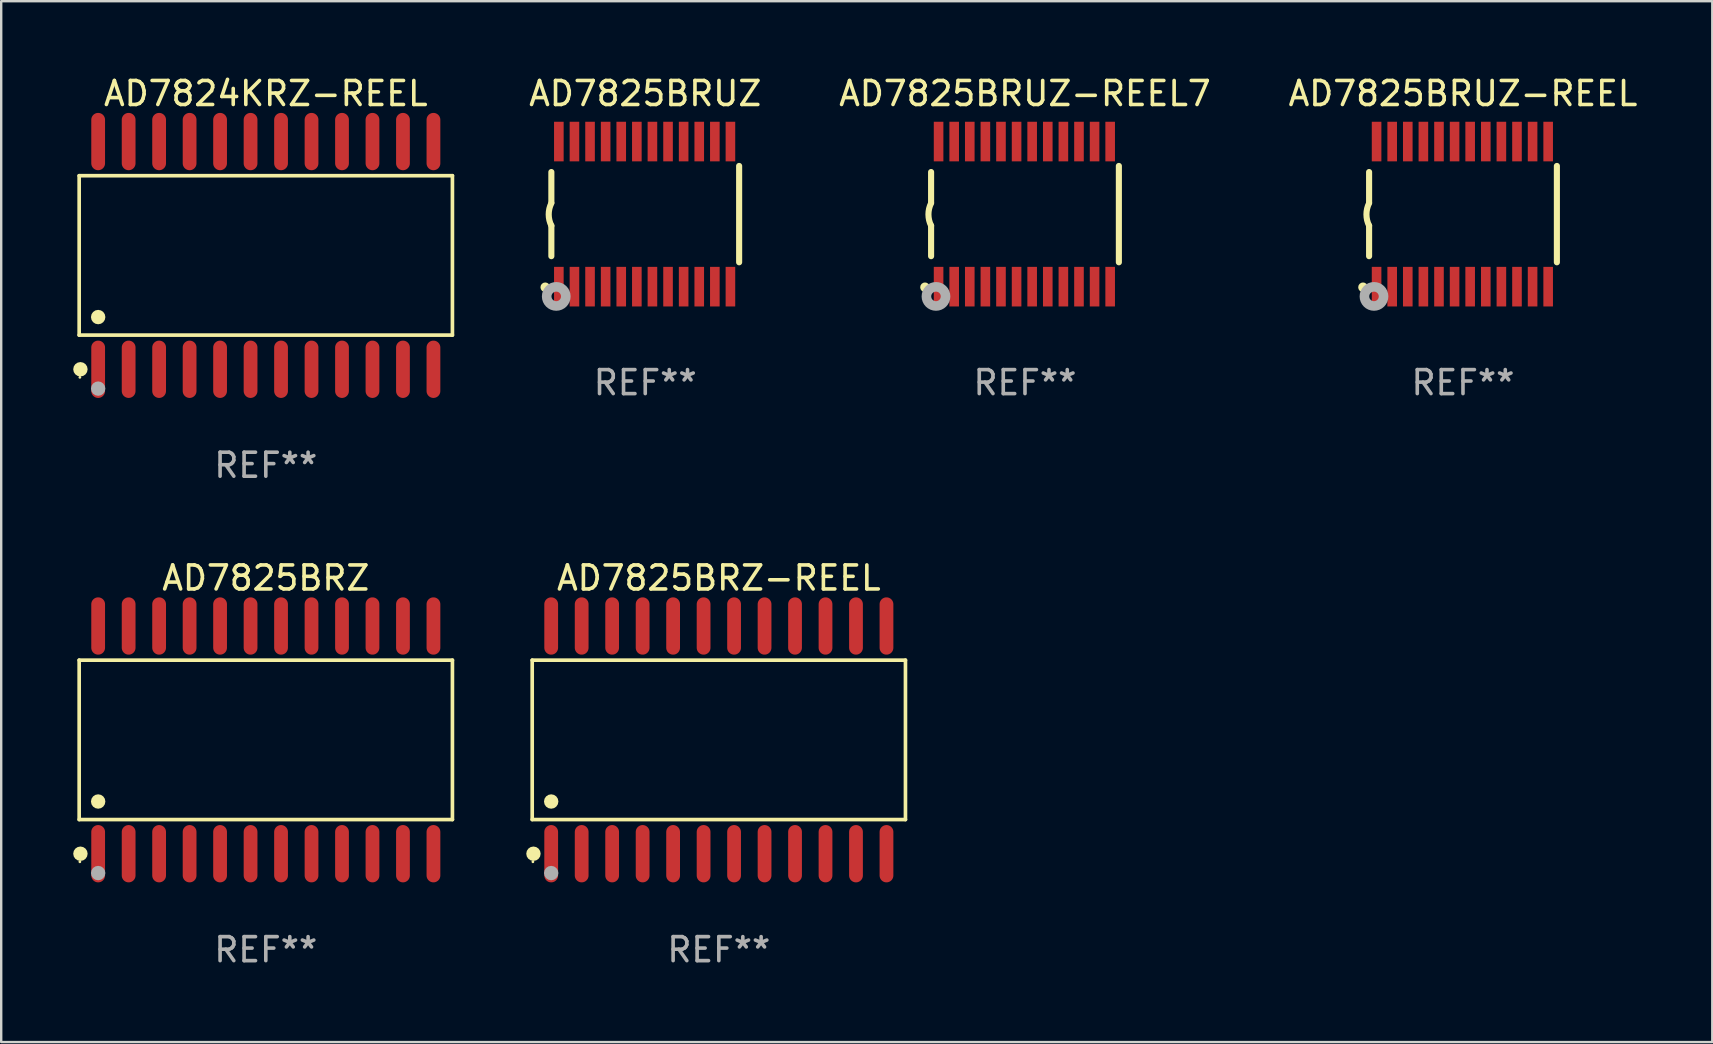
<source format=kicad_pcb>
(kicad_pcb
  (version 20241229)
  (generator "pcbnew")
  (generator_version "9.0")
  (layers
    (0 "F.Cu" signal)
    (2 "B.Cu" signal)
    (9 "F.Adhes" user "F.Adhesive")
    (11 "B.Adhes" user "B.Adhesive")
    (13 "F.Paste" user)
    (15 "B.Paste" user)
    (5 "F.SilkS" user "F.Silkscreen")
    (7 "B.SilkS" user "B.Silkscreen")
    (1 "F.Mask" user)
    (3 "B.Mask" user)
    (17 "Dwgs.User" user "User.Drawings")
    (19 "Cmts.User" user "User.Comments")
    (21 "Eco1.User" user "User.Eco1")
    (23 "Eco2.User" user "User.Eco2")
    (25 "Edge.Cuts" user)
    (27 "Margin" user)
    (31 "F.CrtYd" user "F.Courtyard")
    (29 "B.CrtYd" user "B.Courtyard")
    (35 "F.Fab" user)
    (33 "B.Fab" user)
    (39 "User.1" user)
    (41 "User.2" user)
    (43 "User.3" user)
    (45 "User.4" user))
  (footprint "AD7825BRZ-REEL"
    (layer "F.Cu")
    (at 26.901 27.777)
    (property "Reference" "AD7825BRZ-REEL" (at 0 -6.744 0) (layer "F.SilkS") (effects (font (size 1 1) (thickness 0.15))))
    (attr through_hole)
    (fp_line (start -7.776 -3.321) (end 7.776 -3.321) (stroke (width 0.152) (type solid)) (layer "F.SilkS"))
    (fp_line (start -7.776 3.321) (end -7.776 -3.321) (stroke (width 0.152) (type solid)) (layer "F.SilkS"))
    (fp_line (start 7.776 -3.321) (end 7.776 3.321) (stroke (width 0.152) (type solid)) (layer "F.SilkS"))
    (fp_line (start 7.776 3.321) (end -7.776 3.321) (stroke (width 0.152) (type solid)) (layer "F.SilkS"))
    (fp_circle (center -7.747 5.08) (end -7.717 5.08) (stroke (width 0.06) (type solid)) (fill no) (layer "F.SilkS"))
    (fp_circle (center -7.724 4.744) (end -7.574 4.744) (stroke (width 0.3) (type solid)) (fill no) (layer "F.SilkS"))
    (fp_circle (center -6.985 2.569) (end -6.835 2.569) (stroke (width 0.3) (type solid)) (fill no) (layer "F.SilkS"))
    (fp_circle (center -6.985 5.55) (end -6.835 5.55) (stroke (width 0.3) (type solid)) (fill no) (layer "F.Fab"))
    (fp_text user "REF**" (at 0 8.744 0) (layer "F.Fab") (effects (font (size 1 1) (thickness 0.15))))
    (pad "1" smd oval (at -6.985 4.744) (size 0.574 2.388) (layers "F.Cu" "F.Mask" "F.Paste"))
    (pad "2" smd oval (at -5.715 4.744) (size 0.574 2.388) (layers "F.Cu" "F.Mask" "F.Paste"))
    (pad "3" smd oval (at -4.445 4.744) (size 0.574 2.388) (layers "F.Cu" "F.Mask" "F.Paste"))
    (pad "4" smd oval (at -3.175 4.744) (size 0.574 2.388) (layers "F.Cu" "F.Mask" "F.Paste"))
    (pad "5" smd oval (at -1.905 4.744) (size 0.574 2.388) (layers "F.Cu" "F.Mask" "F.Paste"))
    (pad "6" smd oval (at -0.635 4.744) (size 0.574 2.388) (layers "F.Cu" "F.Mask" "F.Paste"))
    (pad "7" smd oval (at 0.635 4.744) (size 0.574 2.388) (layers "F.Cu" "F.Mask" "F.Paste"))
    (pad "8" smd oval (at 1.905 4.744) (size 0.574 2.388) (layers "F.Cu" "F.Mask" "F.Paste"))
    (pad "9" smd oval (at 3.175 4.744) (size 0.574 2.388) (layers "F.Cu" "F.Mask" "F.Paste"))
    (pad "10" smd oval (at 4.445 4.744) (size 0.574 2.388) (layers "F.Cu" "F.Mask" "F.Paste"))
    (pad "11" smd oval (at 5.715 4.744) (size 0.574 2.388) (layers "F.Cu" "F.Mask" "F.Paste"))
    (pad "12" smd oval (at 6.985 4.744) (size 0.574 2.388) (layers "F.Cu" "F.Mask" "F.Paste"))
    (pad "13" smd oval (at 6.985 -4.744) (size 0.574 2.388) (layers "F.Cu" "F.Mask" "F.Paste"))
    (pad "14" smd oval (at 5.715 -4.744) (size 0.574 2.388) (layers "F.Cu" "F.Mask" "F.Paste"))
    (pad "15" smd oval (at 4.445 -4.744) (size 0.574 2.388) (layers "F.Cu" "F.Mask" "F.Paste"))
    (pad "16" smd oval (at 3.175 -4.744) (size 0.574 2.388) (layers "F.Cu" "F.Mask" "F.Paste"))
    (pad "17" smd oval (at 1.905 -4.744) (size 0.574 2.388) (layers "F.Cu" "F.Mask" "F.Paste"))
    (pad "18" smd oval (at 0.635 -4.744) (size 0.574 2.388) (layers "F.Cu" "F.Mask" "F.Paste"))
    (pad "19" smd oval (at -0.635 -4.744) (size 0.574 2.388) (layers "F.Cu" "F.Mask" "F.Paste"))
    (pad "20" smd oval (at -1.905 -4.744) (size 0.574 2.388) (layers "F.Cu" "F.Mask" "F.Paste"))
    (pad "21" smd oval (at -3.175 -4.744) (size 0.574 2.388) (layers "F.Cu" "F.Mask" "F.Paste"))
    (pad "22" smd oval (at -4.445 -4.744) (size 0.574 2.388) (layers "F.Cu" "F.Mask" "F.Paste"))
    (pad "23" smd oval (at -5.715 -4.744) (size 0.574 2.388) (layers "F.Cu" "F.Mask" "F.Paste"))
    (pad "24" smd oval (at -6.985 -4.744) (size 0.574 2.388) (layers "F.Cu" "F.Mask" "F.Paste")))
  (footprint "AD7825BRZ"
    (layer "F.Cu")
    (at 8.025 27.777)
    (property "Reference" "AD7825BRZ" (at 0 -6.744 0) (layer "F.SilkS") (effects (font (size 1 1) (thickness 0.15))))
    (attr through_hole)
    (fp_line (start -7.776 -3.321) (end 7.776 -3.321) (stroke (width 0.152) (type solid)) (layer "F.SilkS"))
    (fp_line (start -7.776 3.321) (end -7.776 -3.321) (stroke (width 0.152) (type solid)) (layer "F.SilkS"))
    (fp_line (start 7.776 -3.321) (end 7.776 3.321) (stroke (width 0.152) (type solid)) (layer "F.SilkS"))
    (fp_line (start 7.776 3.321) (end -7.776 3.321) (stroke (width 0.152) (type solid)) (layer "F.SilkS"))
    (fp_circle (center -7.747 5.08) (end -7.717 5.08) (stroke (width 0.06) (type solid)) (fill no) (layer "F.SilkS"))
    (fp_circle (center -7.724 4.744) (end -7.574 4.744) (stroke (width 0.3) (type solid)) (fill no) (layer "F.SilkS"))
    (fp_circle (center -6.985 2.569) (end -6.835 2.569) (stroke (width 0.3) (type solid)) (fill no) (layer "F.SilkS"))
    (fp_circle (center -6.985 5.55) (end -6.835 5.55) (stroke (width 0.3) (type solid)) (fill no) (layer "F.Fab"))
    (fp_text user "REF**" (at 0 8.744 0) (layer "F.Fab") (effects (font (size 1 1) (thickness 0.15))))
    (pad "1" smd oval (at -6.985 4.744) (size 0.574 2.388) (layers "F.Cu" "F.Mask" "F.Paste"))
    (pad "2" smd oval (at -5.715 4.744) (size 0.574 2.388) (layers "F.Cu" "F.Mask" "F.Paste"))
    (pad "3" smd oval (at -4.445 4.744) (size 0.574 2.388) (layers "F.Cu" "F.Mask" "F.Paste"))
    (pad "4" smd oval (at -3.175 4.744) (size 0.574 2.388) (layers "F.Cu" "F.Mask" "F.Paste"))
    (pad "5" smd oval (at -1.905 4.744) (size 0.574 2.388) (layers "F.Cu" "F.Mask" "F.Paste"))
    (pad "6" smd oval (at -0.635 4.744) (size 0.574 2.388) (layers "F.Cu" "F.Mask" "F.Paste"))
    (pad "7" smd oval (at 0.635 4.744) (size 0.574 2.388) (layers "F.Cu" "F.Mask" "F.Paste"))
    (pad "8" smd oval (at 1.905 4.744) (size 0.574 2.388) (layers "F.Cu" "F.Mask" "F.Paste"))
    (pad "9" smd oval (at 3.175 4.744) (size 0.574 2.388) (layers "F.Cu" "F.Mask" "F.Paste"))
    (pad "10" smd oval (at 4.445 4.744) (size 0.574 2.388) (layers "F.Cu" "F.Mask" "F.Paste"))
    (pad "11" smd oval (at 5.715 4.744) (size 0.574 2.388) (layers "F.Cu" "F.Mask" "F.Paste"))
    (pad "12" smd oval (at 6.985 4.744) (size 0.574 2.388) (layers "F.Cu" "F.Mask" "F.Paste"))
    (pad "13" smd oval (at 6.985 -4.744) (size 0.574 2.388) (layers "F.Cu" "F.Mask" "F.Paste"))
    (pad "14" smd oval (at 5.715 -4.744) (size 0.574 2.388) (layers "F.Cu" "F.Mask" "F.Paste"))
    (pad "15" smd oval (at 4.445 -4.744) (size 0.574 2.388) (layers "F.Cu" "F.Mask" "F.Paste"))
    (pad "16" smd oval (at 3.175 -4.744) (size 0.574 2.388) (layers "F.Cu" "F.Mask" "F.Paste"))
    (pad "17" smd oval (at 1.905 -4.744) (size 0.574 2.388) (layers "F.Cu" "F.Mask" "F.Paste"))
    (pad "18" smd oval (at 0.635 -4.744) (size 0.574 2.388) (layers "F.Cu" "F.Mask" "F.Paste"))
    (pad "19" smd oval (at -0.635 -4.744) (size 0.574 2.388) (layers "F.Cu" "F.Mask" "F.Paste"))
    (pad "20" smd oval (at -1.905 -4.744) (size 0.574 2.388) (layers "F.Cu" "F.Mask" "F.Paste"))
    (pad "21" smd oval (at -3.175 -4.744) (size 0.574 2.388) (layers "F.Cu" "F.Mask" "F.Paste"))
    (pad "22" smd oval (at -4.445 -4.744) (size 0.574 2.388) (layers "F.Cu" "F.Mask" "F.Paste"))
    (pad "23" smd oval (at -5.715 -4.744) (size 0.574 2.388) (layers "F.Cu" "F.Mask" "F.Paste"))
    (pad "24" smd oval (at -6.985 -4.744) (size 0.574 2.388) (layers "F.Cu" "F.Mask" "F.Paste")))
  (footprint "AD7824KRZ-REEL"
    (layer "F.Cu")
    (at 8.025 7.592)
    (property "Reference" "AD7824KRZ-REEL" (at 0 -6.744 0) (layer "F.SilkS") (effects (font (size 1 1) (thickness 0.15))))
    (attr through_hole)
    (fp_line (start -7.776 -3.321) (end 7.776 -3.321) (stroke (width 0.152) (type solid)) (layer "F.SilkS"))
    (fp_line (start -7.776 3.321) (end -7.776 -3.321) (stroke (width 0.152) (type solid)) (layer "F.SilkS"))
    (fp_line (start 7.776 -3.321) (end 7.776 3.321) (stroke (width 0.152) (type solid)) (layer "F.SilkS"))
    (fp_line (start 7.776 3.321) (end -7.776 3.321) (stroke (width 0.152) (type solid)) (layer "F.SilkS"))
    (fp_circle (center -7.747 5.08) (end -7.717 5.08) (stroke (width 0.06) (type solid)) (fill no) (layer "F.SilkS"))
    (fp_circle (center -7.724 4.744) (end -7.574 4.744) (stroke (width 0.3) (type solid)) (fill no) (layer "F.SilkS"))
    (fp_circle (center -6.985 2.569) (end -6.835 2.569) (stroke (width 0.3) (type solid)) (fill no) (layer "F.SilkS"))
    (fp_circle (center -6.985 5.55) (end -6.835 5.55) (stroke (width 0.3) (type solid)) (fill no) (layer "F.Fab"))
    (fp_text user "REF**" (at 0 8.744 0) (layer "F.Fab") (effects (font (size 1 1) (thickness 0.15))))
    (pad "1" smd oval (at -6.985 4.744) (size 0.574 2.388) (layers "F.Cu" "F.Mask" "F.Paste"))
    (pad "2" smd oval (at -5.715 4.744) (size 0.574 2.388) (layers "F.Cu" "F.Mask" "F.Paste"))
    (pad "3" smd oval (at -4.445 4.744) (size 0.574 2.388) (layers "F.Cu" "F.Mask" "F.Paste"))
    (pad "4" smd oval (at -3.175 4.744) (size 0.574 2.388) (layers "F.Cu" "F.Mask" "F.Paste"))
    (pad "5" smd oval (at -1.905 4.744) (size 0.574 2.388) (layers "F.Cu" "F.Mask" "F.Paste"))
    (pad "6" smd oval (at -0.635 4.744) (size 0.574 2.388) (layers "F.Cu" "F.Mask" "F.Paste"))
    (pad "7" smd oval (at 0.635 4.744) (size 0.574 2.388) (layers "F.Cu" "F.Mask" "F.Paste"))
    (pad "8" smd oval (at 1.905 4.744) (size 0.574 2.388) (layers "F.Cu" "F.Mask" "F.Paste"))
    (pad "9" smd oval (at 3.175 4.744) (size 0.574 2.388) (layers "F.Cu" "F.Mask" "F.Paste"))
    (pad "10" smd oval (at 4.445 4.744) (size 0.574 2.388) (layers "F.Cu" "F.Mask" "F.Paste"))
    (pad "11" smd oval (at 5.715 4.744) (size 0.574 2.388) (layers "F.Cu" "F.Mask" "F.Paste"))
    (pad "12" smd oval (at 6.985 4.744) (size 0.574 2.388) (layers "F.Cu" "F.Mask" "F.Paste"))
    (pad "13" smd oval (at 6.985 -4.744) (size 0.574 2.388) (layers "F.Cu" "F.Mask" "F.Paste"))
    (pad "14" smd oval (at 5.715 -4.744) (size 0.574 2.388) (layers "F.Cu" "F.Mask" "F.Paste"))
    (pad "15" smd oval (at 4.445 -4.744) (size 0.574 2.388) (layers "F.Cu" "F.Mask" "F.Paste"))
    (pad "16" smd oval (at 3.175 -4.744) (size 0.574 2.388) (layers "F.Cu" "F.Mask" "F.Paste"))
    (pad "17" smd oval (at 1.905 -4.744) (size 0.574 2.388) (layers "F.Cu" "F.Mask" "F.Paste"))
    (pad "18" smd oval (at 0.635 -4.744) (size 0.574 2.388) (layers "F.Cu" "F.Mask" "F.Paste"))
    (pad "19" smd oval (at -0.635 -4.744) (size 0.574 2.388) (layers "F.Cu" "F.Mask" "F.Paste"))
    (pad "20" smd oval (at -1.905 -4.744) (size 0.574 2.388) (layers "F.Cu" "F.Mask" "F.Paste"))
    (pad "21" smd oval (at -3.175 -4.744) (size 0.574 2.388) (layers "F.Cu" "F.Mask" "F.Paste"))
    (pad "22" smd oval (at -4.445 -4.744) (size 0.574 2.388) (layers "F.Cu" "F.Mask" "F.Paste"))
    (pad "23" smd oval (at -5.715 -4.744) (size 0.574 2.388) (layers "F.Cu" "F.Mask" "F.Paste"))
    (pad "24" smd oval (at -6.985 -4.744) (size 0.574 2.388) (layers "F.Cu" "F.Mask" "F.Paste")))
  (footprint "AD7825BRUZ-REEL"
    (layer "F.Cu")
    (at 57.907 5.871)
    (property "Reference" "AD7825BRUZ-REEL" (at 0 -5.023 0) (layer "F.SilkS") (effects (font (size 1 1) (thickness 0.15))))
    (attr through_hole)
    (fp_line (start -3.912 -0.483) (end -3.912 -1.753) (stroke (width 0.254) (type solid)) (layer "F.SilkS"))
    (fp_line (start -3.912 1.753) (end -3.912 0.483) (stroke (width 0.254) (type solid)) (layer "F.SilkS"))
    (fp_line (start 3.912 -2.007) (end 3.912 2.007) (stroke (width 0.254) (type solid)) (layer "F.SilkS"))
    (fp_arc (start -3.911608 0.482601) (mid -4.022537 0.0127) (end -3.911608 -0.457201) (stroke (width 0.254001) (type solid)) (layer "F.SilkS"))
    (fp_circle (center -4.166 3.048) (end -4.066 3.048) (stroke (width 0.2) (type solid)) (fill no) (layer "F.SilkS"))
    (fp_circle (center -3.925 3.186) (end -3.895 3.186) (stroke (width 0.06) (type solid)) (fill no) (layer "F.SilkS"))
    (fp_circle (center -3.708 3.429) (end -3.509 3.429) (stroke (width 0.4) (type solid)) (fill no) (layer "F.Fab"))
    (fp_text user "REF**" (at 0 7.023 0) (layer "F.Fab") (effects (font (size 1 1) (thickness 0.15))))
    (pad "1" smd rect (at -3.6 3.023) (size 0.4 1.65) (layers "F.Cu" "F.Mask" "F.Paste"))
    (pad "2" smd rect (at -2.95 3.023) (size 0.4 1.65) (layers "F.Cu" "F.Mask" "F.Paste"))
    (pad "3" smd rect (at -2.3 3.023) (size 0.4 1.65) (layers "F.Cu" "F.Mask" "F.Paste"))
    (pad "4" smd rect (at -1.65 3.023) (size 0.4 1.65) (layers "F.Cu" "F.Mask" "F.Paste"))
    (pad "5" smd rect (at -1 3.023) (size 0.4 1.65) (layers "F.Cu" "F.Mask" "F.Paste"))
    (pad "6" smd rect (at -0.35 3.023) (size 0.4 1.65) (layers "F.Cu" "F.Mask" "F.Paste"))
    (pad "7" smd rect (at 0.299 3.023) (size 0.4 1.65) (layers "F.Cu" "F.Mask" "F.Paste"))
    (pad "8" smd rect (at 0.95 3.023) (size 0.4 1.65) (layers "F.Cu" "F.Mask" "F.Paste"))
    (pad "9" smd rect (at 1.6 3.023) (size 0.4 1.65) (layers "F.Cu" "F.Mask" "F.Paste"))
    (pad "10" smd rect (at 2.25 3.023) (size 0.4 1.65) (layers "F.Cu" "F.Mask" "F.Paste"))
    (pad "11" smd rect (at 2.9 3.023) (size 0.4 1.65) (layers "F.Cu" "F.Mask" "F.Paste"))
    (pad "12" smd rect (at 3.549 3.023) (size 0.4 1.65) (layers "F.Cu" "F.Mask" "F.Paste"))
    (pad "13" smd rect (at 3.549 -3.023) (size 0.4 1.65) (layers "F.Cu" "F.Mask" "F.Paste"))
    (pad "14" smd rect (at 2.9 -3.023) (size 0.4 1.65) (layers "F.Cu" "F.Mask" "F.Paste"))
    (pad "15" smd rect (at 2.25 -3.023) (size 0.4 1.65) (layers "F.Cu" "F.Mask" "F.Paste"))
    (pad "16" smd rect (at 1.6 -3.023) (size 0.4 1.65) (layers "F.Cu" "F.Mask" "F.Paste"))
    (pad "17" smd rect (at 0.95 -3.023) (size 0.4 1.65) (layers "F.Cu" "F.Mask" "F.Paste"))
    (pad "18" smd rect (at 0.299 -3.023) (size 0.4 1.65) (layers "F.Cu" "F.Mask" "F.Paste"))
    (pad "19" smd rect (at -0.35 -3.023) (size 0.4 1.65) (layers "F.Cu" "F.Mask" "F.Paste"))
    (pad "20" smd rect (at -1 -3.023) (size 0.4 1.65) (layers "F.Cu" "F.Mask" "F.Paste"))
    (pad "21" smd rect (at -1.65 -3.023) (size 0.4 1.65) (layers "F.Cu" "F.Mask" "F.Paste"))
    (pad "22" smd rect (at -2.3 -3.023) (size 0.4 1.65) (layers "F.Cu" "F.Mask" "F.Paste"))
    (pad "23" smd rect (at -2.95 -3.023) (size 0.4 1.65) (layers "F.Cu" "F.Mask" "F.Paste"))
    (pad "24" smd rect (at -3.6 -3.023) (size 0.4 1.65) (layers "F.Cu" "F.Mask" "F.Paste")))
  (footprint "AD7825BRUZ"
    (layer "F.Cu")
    (at 23.835 5.871)
    (property "Reference" "AD7825BRUZ" (at 0 -5.023 0) (layer "F.SilkS") (effects (font (size 1 1) (thickness 0.15))))
    (attr through_hole)
    (fp_line (start -3.912 -0.483) (end -3.912 -1.753) (stroke (width 0.254) (type solid)) (layer "F.SilkS"))
    (fp_line (start -3.912 1.753) (end -3.912 0.483) (stroke (width 0.254) (type solid)) (layer "F.SilkS"))
    (fp_line (start 3.912 -2.007) (end 3.912 2.007) (stroke (width 0.254) (type solid)) (layer "F.SilkS"))
    (fp_arc (start -3.911608 0.482601) (mid -4.022537 0.0127) (end -3.911608 -0.457201) (stroke (width 0.254001) (type solid)) (layer "F.SilkS"))
    (fp_circle (center -4.166 3.048) (end -4.066 3.048) (stroke (width 0.2) (type solid)) (fill no) (layer "F.SilkS"))
    (fp_circle (center -3.925 3.186) (end -3.895 3.186) (stroke (width 0.06) (type solid)) (fill no) (layer "F.SilkS"))
    (fp_circle (center -3.708 3.429) (end -3.509 3.429) (stroke (width 0.4) (type solid)) (fill no) (layer "F.Fab"))
    (fp_text user "REF**" (at 0 7.023 0) (layer "F.Fab") (effects (font (size 1 1) (thickness 0.15))))
    (pad "1" smd rect (at -3.6 3.023) (size 0.4 1.65) (layers "F.Cu" "F.Mask" "F.Paste"))
    (pad "2" smd rect (at -2.95 3.023) (size 0.4 1.65) (layers "F.Cu" "F.Mask" "F.Paste"))
    (pad "3" smd rect (at -2.3 3.023) (size 0.4 1.65) (layers "F.Cu" "F.Mask" "F.Paste"))
    (pad "4" smd rect (at -1.65 3.023) (size 0.4 1.65) (layers "F.Cu" "F.Mask" "F.Paste"))
    (pad "5" smd rect (at -1 3.023) (size 0.4 1.65) (layers "F.Cu" "F.Mask" "F.Paste"))
    (pad "6" smd rect (at -0.35 3.023) (size 0.4 1.65) (layers "F.Cu" "F.Mask" "F.Paste"))
    (pad "7" smd rect (at 0.299 3.023) (size 0.4 1.65) (layers "F.Cu" "F.Mask" "F.Paste"))
    (pad "8" smd rect (at 0.95 3.023) (size 0.4 1.65) (layers "F.Cu" "F.Mask" "F.Paste"))
    (pad "9" smd rect (at 1.6 3.023) (size 0.4 1.65) (layers "F.Cu" "F.Mask" "F.Paste"))
    (pad "10" smd rect (at 2.25 3.023) (size 0.4 1.65) (layers "F.Cu" "F.Mask" "F.Paste"))
    (pad "11" smd rect (at 2.9 3.023) (size 0.4 1.65) (layers "F.Cu" "F.Mask" "F.Paste"))
    (pad "12" smd rect (at 3.549 3.023) (size 0.4 1.65) (layers "F.Cu" "F.Mask" "F.Paste"))
    (pad "13" smd rect (at 3.549 -3.023) (size 0.4 1.65) (layers "F.Cu" "F.Mask" "F.Paste"))
    (pad "14" smd rect (at 2.9 -3.023) (size 0.4 1.65) (layers "F.Cu" "F.Mask" "F.Paste"))
    (pad "15" smd rect (at 2.25 -3.023) (size 0.4 1.65) (layers "F.Cu" "F.Mask" "F.Paste"))
    (pad "16" smd rect (at 1.6 -3.023) (size 0.4 1.65) (layers "F.Cu" "F.Mask" "F.Paste"))
    (pad "17" smd rect (at 0.95 -3.023) (size 0.4 1.65) (layers "F.Cu" "F.Mask" "F.Paste"))
    (pad "18" smd rect (at 0.299 -3.023) (size 0.4 1.65) (layers "F.Cu" "F.Mask" "F.Paste"))
    (pad "19" smd rect (at -0.35 -3.023) (size 0.4 1.65) (layers "F.Cu" "F.Mask" "F.Paste"))
    (pad "20" smd rect (at -1 -3.023) (size 0.4 1.65) (layers "F.Cu" "F.Mask" "F.Paste"))
    (pad "21" smd rect (at -1.65 -3.023) (size 0.4 1.65) (layers "F.Cu" "F.Mask" "F.Paste"))
    (pad "22" smd rect (at -2.3 -3.023) (size 0.4 1.65) (layers "F.Cu" "F.Mask" "F.Paste"))
    (pad "23" smd rect (at -2.95 -3.023) (size 0.4 1.65) (layers "F.Cu" "F.Mask" "F.Paste"))
    (pad "24" smd rect (at -3.6 -3.023) (size 0.4 1.65) (layers "F.Cu" "F.Mask" "F.Paste")))
  (footprint "AD7825BRUZ-REEL7"
    (layer "F.Cu")
    (at 39.657 5.871)
    (property "Reference" "AD7825BRUZ-REEL7" (at 0 -5.023 0) (layer "F.SilkS") (effects (font (size 1 1) (thickness 0.15))))
    (attr through_hole)
    (fp_line (start -3.912 -0.483) (end -3.912 -1.753) (stroke (width 0.254) (type solid)) (layer "F.SilkS"))
    (fp_line (start -3.912 1.753) (end -3.912 0.483) (stroke (width 0.254) (type solid)) (layer "F.SilkS"))
    (fp_line (start 3.912 -2.007) (end 3.912 2.007) (stroke (width 0.254) (type solid)) (layer "F.SilkS"))
    (fp_arc (start -3.911608 0.482601) (mid -4.022537 0.0127) (end -3.911608 -0.457201) (stroke (width 0.254001) (type solid)) (layer "F.SilkS"))
    (fp_circle (center -4.166 3.048) (end -4.066 3.048) (stroke (width 0.2) (type solid)) (fill no) (layer "F.SilkS"))
    (fp_circle (center -3.925 3.186) (end -3.895 3.186) (stroke (width 0.06) (type solid)) (fill no) (layer "F.SilkS"))
    (fp_circle (center -3.708 3.429) (end -3.509 3.429) (stroke (width 0.4) (type solid)) (fill no) (layer "F.Fab"))
    (fp_text user "REF**" (at 0 7.023 0) (layer "F.Fab") (effects (font (size 1 1) (thickness 0.15))))
    (pad "1" smd rect (at -3.6 3.023) (size 0.4 1.65) (layers "F.Cu" "F.Mask" "F.Paste"))
    (pad "2" smd rect (at -2.95 3.023) (size 0.4 1.65) (layers "F.Cu" "F.Mask" "F.Paste"))
    (pad "3" smd rect (at -2.3 3.023) (size 0.4 1.65) (layers "F.Cu" "F.Mask" "F.Paste"))
    (pad "4" smd rect (at -1.65 3.023) (size 0.4 1.65) (layers "F.Cu" "F.Mask" "F.Paste"))
    (pad "5" smd rect (at -1 3.023) (size 0.4 1.65) (layers "F.Cu" "F.Mask" "F.Paste"))
    (pad "6" smd rect (at -0.35 3.023) (size 0.4 1.65) (layers "F.Cu" "F.Mask" "F.Paste"))
    (pad "7" smd rect (at 0.299 3.023) (size 0.4 1.65) (layers "F.Cu" "F.Mask" "F.Paste"))
    (pad "8" smd rect (at 0.95 3.023) (size 0.4 1.65) (layers "F.Cu" "F.Mask" "F.Paste"))
    (pad "9" smd rect (at 1.6 3.023) (size 0.4 1.65) (layers "F.Cu" "F.Mask" "F.Paste"))
    (pad "10" smd rect (at 2.25 3.023) (size 0.4 1.65) (layers "F.Cu" "F.Mask" "F.Paste"))
    (pad "11" smd rect (at 2.9 3.023) (size 0.4 1.65) (layers "F.Cu" "F.Mask" "F.Paste"))
    (pad "12" smd rect (at 3.549 3.023) (size 0.4 1.65) (layers "F.Cu" "F.Mask" "F.Paste"))
    (pad "13" smd rect (at 3.549 -3.023) (size 0.4 1.65) (layers "F.Cu" "F.Mask" "F.Paste"))
    (pad "14" smd rect (at 2.9 -3.023) (size 0.4 1.65) (layers "F.Cu" "F.Mask" "F.Paste"))
    (pad "15" smd rect (at 2.25 -3.023) (size 0.4 1.65) (layers "F.Cu" "F.Mask" "F.Paste"))
    (pad "16" smd rect (at 1.6 -3.023) (size 0.4 1.65) (layers "F.Cu" "F.Mask" "F.Paste"))
    (pad "17" smd rect (at 0.95 -3.023) (size 0.4 1.65) (layers "F.Cu" "F.Mask" "F.Paste"))
    (pad "18" smd rect (at 0.299 -3.023) (size 0.4 1.65) (layers "F.Cu" "F.Mask" "F.Paste"))
    (pad "19" smd rect (at -0.35 -3.023) (size 0.4 1.65) (layers "F.Cu" "F.Mask" "F.Paste"))
    (pad "20" smd rect (at -1 -3.023) (size 0.4 1.65) (layers "F.Cu" "F.Mask" "F.Paste"))
    (pad "21" smd rect (at -1.65 -3.023) (size 0.4 1.65) (layers "F.Cu" "F.Mask" "F.Paste"))
    (pad "22" smd rect (at -2.3 -3.023) (size 0.4 1.65) (layers "F.Cu" "F.Mask" "F.Paste"))
    (pad "23" smd rect (at -2.95 -3.023) (size 0.4 1.65) (layers "F.Cu" "F.Mask" "F.Paste"))
    (pad "24" smd rect (at -3.6 -3.023) (size 0.4 1.65) (layers "F.Cu" "F.Mask" "F.Paste")))
  (gr_rect
    (start -3 -3)
    (end 68.294 40.369)
    (stroke (width 0.1) (type default))
    (fill no)
    (layer "Edge.Cuts")))
</source>
